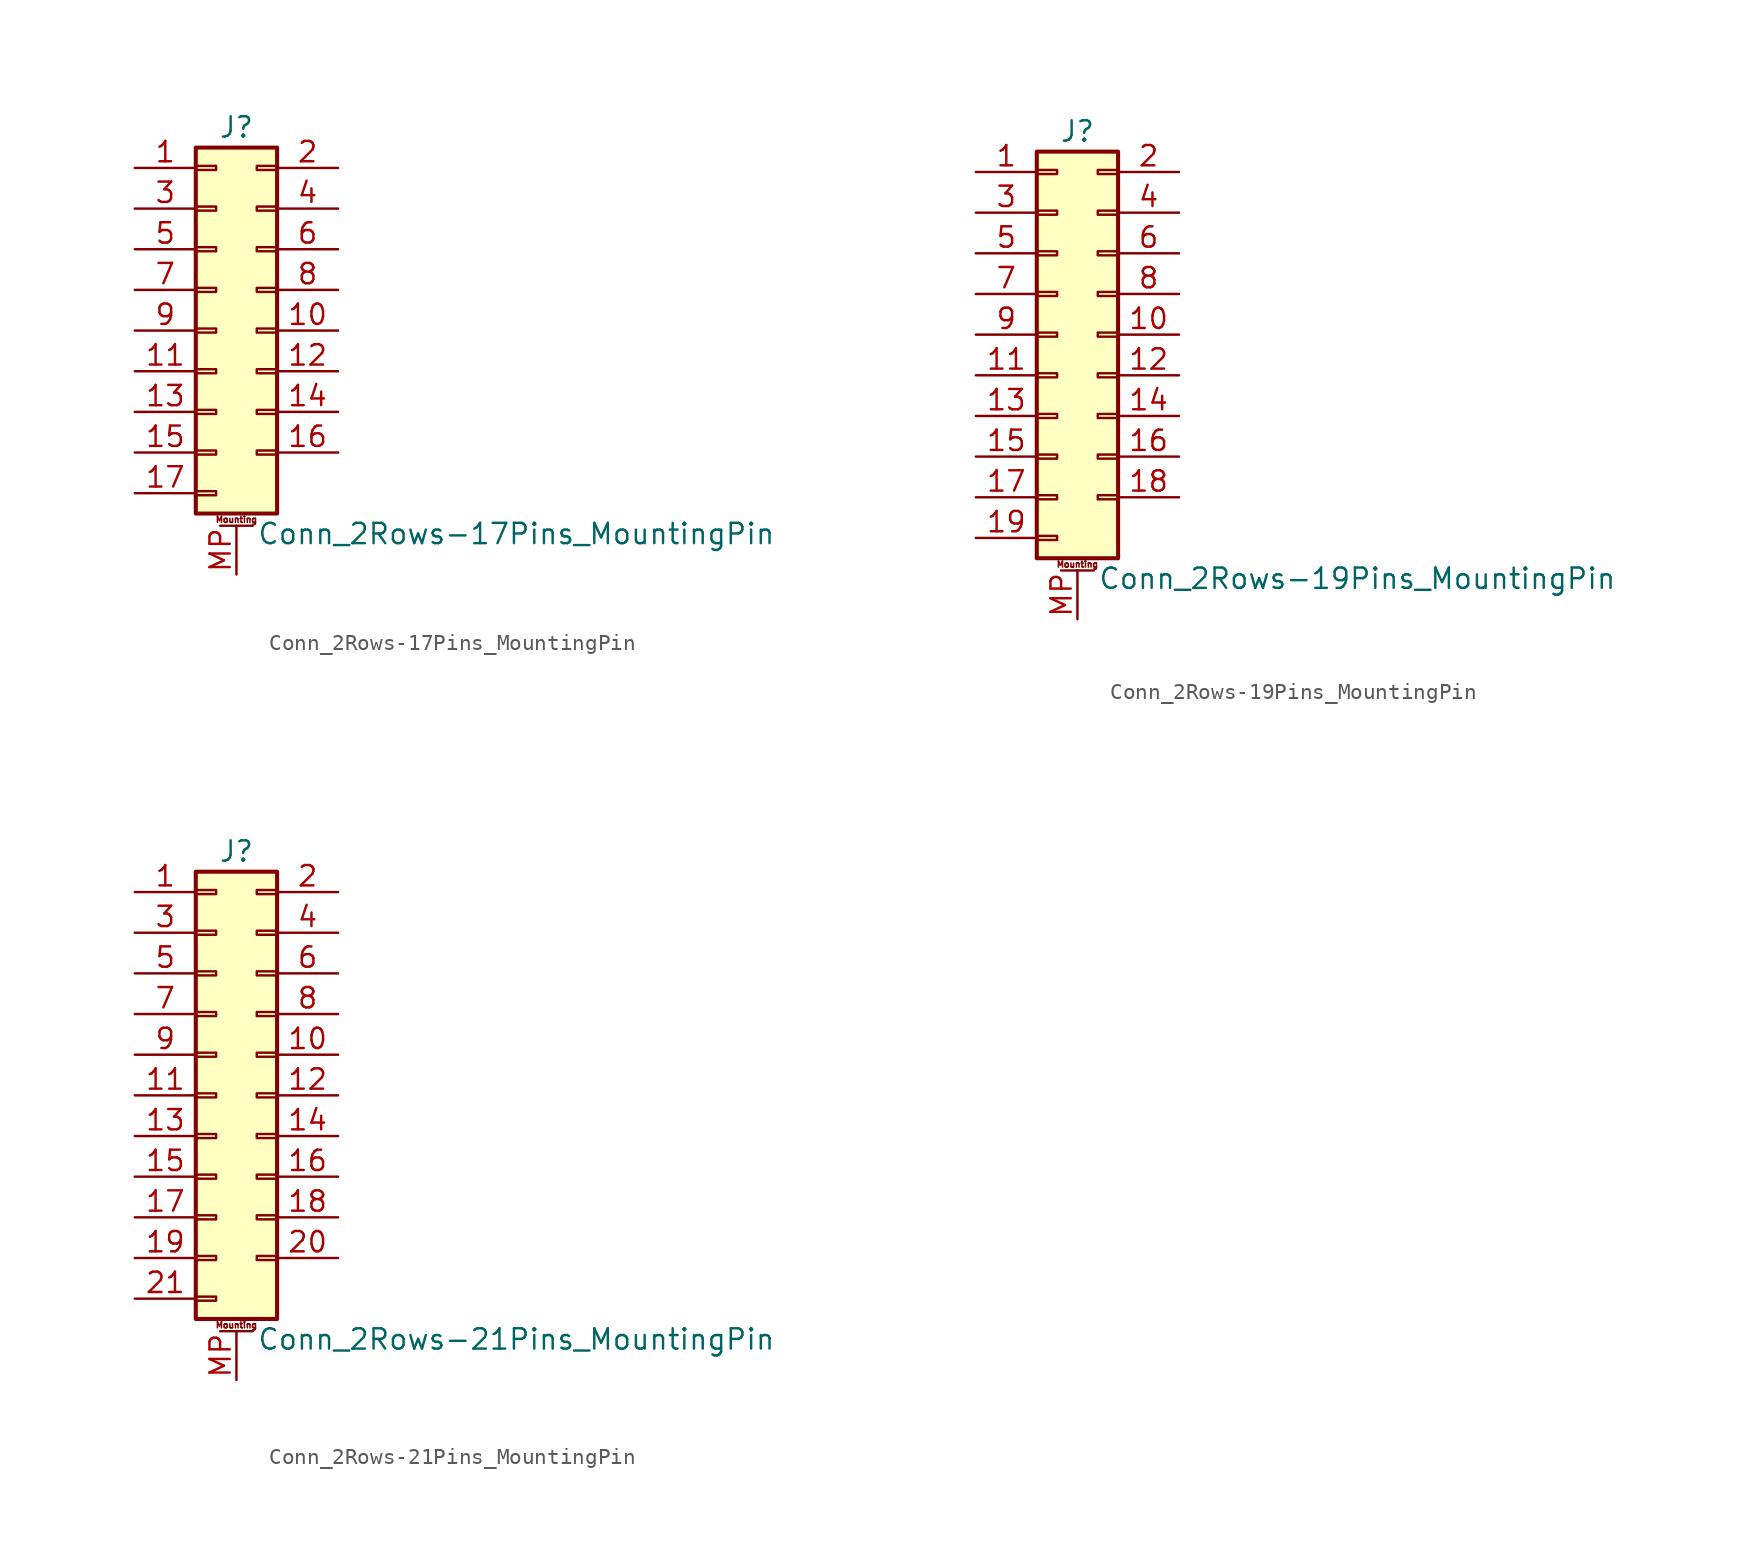
<source format=kicad_sym>
(kicad_symbol_lib
  (version 20201005)
  (generator kicad_symbol_editor)
  (symbol "Conn_2Rows-17Pins_MountingPin"
    (pin_names
      (offset 1.016) hide)
    (property "Reference" "J"
      (at 1.27 12.7 0)
      (effects (font (size 1.27 1.27))))
    (property "Value" "Conn_2Rows-17Pins_MountingPin"
      (at 2.54 -12.7 0)
      (effects (font (size 1.27 1.27)) (justify left)))
    (symbol "Conn_2Rows-17Pins_MountingPin_1_1"
      (text "Mounting" (at 1.27 -11.811 0) (effects (font (size 0.381 0.381))))
      (rectangle (start -1.27 -10.033) (end 0 -10.287) (stroke (width 0.152)) (fill (type none)))
      (rectangle (start -1.27 -7.493) (end 0 -7.747) (stroke (width 0.152)) (fill (type none)))
      (rectangle (start -1.27 -4.953) (end 0 -5.207) (stroke (width 0.152)) (fill (type none)))
      (rectangle (start -1.27 -2.413) (end 0 -2.667) (stroke (width 0.152)) (fill (type none)))
      (rectangle (start -1.27 0.127) (end 0 -0.127) (stroke (width 0.152)) (fill (type none)))
      (rectangle (start -1.27 2.667) (end 0 2.413) (stroke (width 0.152)) (fill (type none)))
      (rectangle (start -1.27 5.207) (end 0 4.953) (stroke (width 0.152)) (fill (type none)))
      (rectangle (start -1.27 7.747) (end 0 7.493) (stroke (width 0.152)) (fill (type none)))
      (rectangle (start -1.27 10.287) (end 0 10.033) (stroke (width 0.152)) (fill (type none)))
      (rectangle (start 3.81 -7.493) (end 2.54 -7.747) (stroke (width 0.152)) (fill (type none)))
      (rectangle (start 3.81 -4.953) (end 2.54 -5.207) (stroke (width 0.152)) (fill (type none)))
      (rectangle (start 3.81 -2.413) (end 2.54 -2.667) (stroke (width 0.152)) (fill (type none)))
      (rectangle (start 3.81 0.127) (end 2.54 -0.127) (stroke (width 0.152)) (fill (type none)))
      (rectangle (start 3.81 2.667) (end 2.54 2.413) (stroke (width 0.152)) (fill (type none)))
      (rectangle (start 3.81 5.207) (end 2.54 4.953) (stroke (width 0.152)) (fill (type none)))
      (rectangle (start 3.81 7.747) (end 2.54 7.493) (stroke (width 0.152)) (fill (type none)))
      (rectangle (start 3.81 10.287) (end 2.54 10.033) (stroke (width 0.152)) (fill (type none)))
      (rectangle (start -1.27 11.43) (end 3.81 -11.43) (stroke (width 0.254)) (fill (type background)))
      (polyline (pts (xy 0.254 -12.192) (xy 2.286 -12.192)) (stroke (width 0.152)) (fill (type none)))
      (pin passive line (at -5.08 10.16 0) (length 3.81) (name "Pin_1" (effects (font (size 1.27 1.27)))) (number "1" (effects (font (size 1.27 1.27)))))
      (pin passive line (at 7.62 0 180) (length 3.81) (name "Pin_10" (effects (font (size 1.27 1.27)))) (number "10" (effects (font (size 1.27 1.27)))))
      (pin passive line (at -5.08 -2.54 0) (length 3.81) (name "Pin_11" (effects (font (size 1.27 1.27)))) (number "11" (effects (font (size 1.27 1.27)))))
      (pin passive line (at 7.62 -2.54 180) (length 3.81) (name "Pin_12" (effects (font (size 1.27 1.27)))) (number "12" (effects (font (size 1.27 1.27)))))
      (pin passive line (at -5.08 -5.08 0) (length 3.81) (name "Pin_13" (effects (font (size 1.27 1.27)))) (number "13" (effects (font (size 1.27 1.27)))))
      (pin passive line (at 7.62 -5.08 180) (length 3.81) (name "Pin_14" (effects (font (size 1.27 1.27)))) (number "14" (effects (font (size 1.27 1.27)))))
      (pin passive line (at -5.08 -7.62 0) (length 3.81) (name "Pin_15" (effects (font (size 1.27 1.27)))) (number "15" (effects (font (size 1.27 1.27)))))
      (pin passive line (at 7.62 -7.62 180) (length 3.81) (name "Pin_16" (effects (font (size 1.27 1.27)))) (number "16" (effects (font (size 1.27 1.27)))))
      (pin passive line (at -5.08 -10.16 0) (length 3.81) (name "Pin_17" (effects (font (size 1.27 1.27)))) (number "17" (effects (font (size 1.27 1.27)))))
      (pin passive line (at 7.62 10.16 180) (length 3.81) (name "Pin_2" (effects (font (size 1.27 1.27)))) (number "2" (effects (font (size 1.27 1.27)))))
      (pin passive line (at -5.08 7.62 0) (length 3.81) (name "Pin_3" (effects (font (size 1.27 1.27)))) (number "3" (effects (font (size 1.27 1.27)))))
      (pin passive line (at 7.62 7.62 180) (length 3.81) (name "Pin_4" (effects (font (size 1.27 1.27)))) (number "4" (effects (font (size 1.27 1.27)))))
      (pin passive line (at -5.08 5.08 0) (length 3.81) (name "Pin_5" (effects (font (size 1.27 1.27)))) (number "5" (effects (font (size 1.27 1.27)))))
      (pin passive line (at 7.62 5.08 180) (length 3.81) (name "Pin_6" (effects (font (size 1.27 1.27)))) (number "6" (effects (font (size 1.27 1.27)))))
      (pin passive line (at -5.08 2.54 0) (length 3.81) (name "Pin_7" (effects (font (size 1.27 1.27)))) (number "7" (effects (font (size 1.27 1.27)))))
      (pin passive line (at 7.62 2.54 180) (length 3.81) (name "Pin_8" (effects (font (size 1.27 1.27)))) (number "8" (effects (font (size 1.27 1.27)))))
      (pin passive line (at -5.08 0 0) (length 3.81) (name "Pin_9" (effects (font (size 1.27 1.27)))) (number "9" (effects (font (size 1.27 1.27)))))
      (pin passive line (at 1.27 -15.24 90) (length 3.048) (name "MountPin" (effects (font (size 1.27 1.27)))) (number "MP" (effects (font (size 1.27 1.27)))))))
  (symbol "Conn_2Rows-19Pins_MountingPin"
    (pin_names
      (offset 1.016) hide)
    (property "Reference" "J"
      (at 1.27 12.7 0)
      (effects (font (size 1.27 1.27))))
    (property "Value" "Conn_2Rows-19Pins_MountingPin"
      (at 2.54 -15.24 0)
      (effects (font (size 1.27 1.27)) (justify left)))
    (symbol "Conn_2Rows-19Pins_MountingPin_1_1"
      (text "Mounting" (at 1.27 -14.351 0) (effects (font (size 0.381 0.381))))
      (rectangle (start -1.27 -12.573) (end 0 -12.827) (stroke (width 0.152)) (fill (type none)))
      (rectangle (start -1.27 -10.033) (end 0 -10.287) (stroke (width 0.152)) (fill (type none)))
      (rectangle (start -1.27 -7.493) (end 0 -7.747) (stroke (width 0.152)) (fill (type none)))
      (rectangle (start -1.27 -4.953) (end 0 -5.207) (stroke (width 0.152)) (fill (type none)))
      (rectangle (start -1.27 -2.413) (end 0 -2.667) (stroke (width 0.152)) (fill (type none)))
      (rectangle (start -1.27 0.127) (end 0 -0.127) (stroke (width 0.152)) (fill (type none)))
      (rectangle (start -1.27 2.667) (end 0 2.413) (stroke (width 0.152)) (fill (type none)))
      (rectangle (start -1.27 5.207) (end 0 4.953) (stroke (width 0.152)) (fill (type none)))
      (rectangle (start -1.27 7.747) (end 0 7.493) (stroke (width 0.152)) (fill (type none)))
      (rectangle (start -1.27 10.287) (end 0 10.033) (stroke (width 0.152)) (fill (type none)))
      (rectangle (start 3.81 -10.033) (end 2.54 -10.287) (stroke (width 0.152)) (fill (type none)))
      (rectangle (start 3.81 -7.493) (end 2.54 -7.747) (stroke (width 0.152)) (fill (type none)))
      (rectangle (start 3.81 -4.953) (end 2.54 -5.207) (stroke (width 0.152)) (fill (type none)))
      (rectangle (start 3.81 -2.413) (end 2.54 -2.667) (stroke (width 0.152)) (fill (type none)))
      (rectangle (start 3.81 0.127) (end 2.54 -0.127) (stroke (width 0.152)) (fill (type none)))
      (rectangle (start 3.81 2.667) (end 2.54 2.413) (stroke (width 0.152)) (fill (type none)))
      (rectangle (start 3.81 5.207) (end 2.54 4.953) (stroke (width 0.152)) (fill (type none)))
      (rectangle (start 3.81 7.747) (end 2.54 7.493) (stroke (width 0.152)) (fill (type none)))
      (rectangle (start 3.81 10.287) (end 2.54 10.033) (stroke (width 0.152)) (fill (type none)))
      (rectangle (start -1.27 11.43) (end 3.81 -13.97) (stroke (width 0.254)) (fill (type background)))
      (polyline (pts (xy 0.254 -14.732) (xy 2.286 -14.732)) (stroke (width 0.152)) (fill (type none)))
      (pin passive line (at -5.08 10.16 0) (length 3.81) (name "Pin_1" (effects (font (size 1.27 1.27)))) (number "1" (effects (font (size 1.27 1.27)))))
      (pin passive line (at 7.62 0 180) (length 3.81) (name "Pin_10" (effects (font (size 1.27 1.27)))) (number "10" (effects (font (size 1.27 1.27)))))
      (pin passive line (at -5.08 -2.54 0) (length 3.81) (name "Pin_11" (effects (font (size 1.27 1.27)))) (number "11" (effects (font (size 1.27 1.27)))))
      (pin passive line (at 7.62 -2.54 180) (length 3.81) (name "Pin_12" (effects (font (size 1.27 1.27)))) (number "12" (effects (font (size 1.27 1.27)))))
      (pin passive line (at -5.08 -5.08 0) (length 3.81) (name "Pin_13" (effects (font (size 1.27 1.27)))) (number "13" (effects (font (size 1.27 1.27)))))
      (pin passive line (at 7.62 -5.08 180) (length 3.81) (name "Pin_14" (effects (font (size 1.27 1.27)))) (number "14" (effects (font (size 1.27 1.27)))))
      (pin passive line (at -5.08 -7.62 0) (length 3.81) (name "Pin_15" (effects (font (size 1.27 1.27)))) (number "15" (effects (font (size 1.27 1.27)))))
      (pin passive line (at 7.62 -7.62 180) (length 3.81) (name "Pin_16" (effects (font (size 1.27 1.27)))) (number "16" (effects (font (size 1.27 1.27)))))
      (pin passive line (at -5.08 -10.16 0) (length 3.81) (name "Pin_17" (effects (font (size 1.27 1.27)))) (number "17" (effects (font (size 1.27 1.27)))))
      (pin passive line (at 7.62 -10.16 180) (length 3.81) (name "Pin_18" (effects (font (size 1.27 1.27)))) (number "18" (effects (font (size 1.27 1.27)))))
      (pin passive line (at -5.08 -12.7 0) (length 3.81) (name "Pin_19" (effects (font (size 1.27 1.27)))) (number "19" (effects (font (size 1.27 1.27)))))
      (pin passive line (at 7.62 10.16 180) (length 3.81) (name "Pin_2" (effects (font (size 1.27 1.27)))) (number "2" (effects (font (size 1.27 1.27)))))
      (pin passive line (at -5.08 7.62 0) (length 3.81) (name "Pin_3" (effects (font (size 1.27 1.27)))) (number "3" (effects (font (size 1.27 1.27)))))
      (pin passive line (at 7.62 7.62 180) (length 3.81) (name "Pin_4" (effects (font (size 1.27 1.27)))) (number "4" (effects (font (size 1.27 1.27)))))
      (pin passive line (at -5.08 5.08 0) (length 3.81) (name "Pin_5" (effects (font (size 1.27 1.27)))) (number "5" (effects (font (size 1.27 1.27)))))
      (pin passive line (at 7.62 5.08 180) (length 3.81) (name "Pin_6" (effects (font (size 1.27 1.27)))) (number "6" (effects (font (size 1.27 1.27)))))
      (pin passive line (at -5.08 2.54 0) (length 3.81) (name "Pin_7" (effects (font (size 1.27 1.27)))) (number "7" (effects (font (size 1.27 1.27)))))
      (pin passive line (at 7.62 2.54 180) (length 3.81) (name "Pin_8" (effects (font (size 1.27 1.27)))) (number "8" (effects (font (size 1.27 1.27)))))
      (pin passive line (at -5.08 0 0) (length 3.81) (name "Pin_9" (effects (font (size 1.27 1.27)))) (number "9" (effects (font (size 1.27 1.27)))))
      (pin passive line (at 1.27 -17.78 90) (length 3.048) (name "MountPin" (effects (font (size 1.27 1.27)))) (number "MP" (effects (font (size 1.27 1.27)))))))
  (symbol "Conn_2Rows-21Pins_MountingPin"
    (pin_names
      (offset 1.016) hide)
    (property "Reference" "J"
      (at 1.27 15.24 0)
      (effects (font (size 1.27 1.27))))
    (property "Value" "Conn_2Rows-21Pins_MountingPin"
      (at 2.54 -15.24 0)
      (effects (font (size 1.27 1.27)) (justify left)))
    (symbol "Conn_2Rows-21Pins_MountingPin_1_1"
      (text "Mounting" (at 1.27 -14.351 0) (effects (font (size 0.381 0.381))))
      (rectangle (start -1.27 -12.573) (end 0 -12.827) (stroke (width 0.152)) (fill (type none)))
      (rectangle (start -1.27 -10.033) (end 0 -10.287) (stroke (width 0.152)) (fill (type none)))
      (rectangle (start -1.27 -7.493) (end 0 -7.747) (stroke (width 0.152)) (fill (type none)))
      (rectangle (start -1.27 -4.953) (end 0 -5.207) (stroke (width 0.152)) (fill (type none)))
      (rectangle (start -1.27 -2.413) (end 0 -2.667) (stroke (width 0.152)) (fill (type none)))
      (rectangle (start -1.27 0.127) (end 0 -0.127) (stroke (width 0.152)) (fill (type none)))
      (rectangle (start -1.27 2.667) (end 0 2.413) (stroke (width 0.152)) (fill (type none)))
      (rectangle (start -1.27 5.207) (end 0 4.953) (stroke (width 0.152)) (fill (type none)))
      (rectangle (start -1.27 7.747) (end 0 7.493) (stroke (width 0.152)) (fill (type none)))
      (rectangle (start -1.27 10.287) (end 0 10.033) (stroke (width 0.152)) (fill (type none)))
      (rectangle (start -1.27 12.827) (end 0 12.573) (stroke (width 0.152)) (fill (type none)))
      (rectangle (start 3.81 -10.033) (end 2.54 -10.287) (stroke (width 0.152)) (fill (type none)))
      (rectangle (start 3.81 -7.493) (end 2.54 -7.747) (stroke (width 0.152)) (fill (type none)))
      (rectangle (start 3.81 -4.953) (end 2.54 -5.207) (stroke (width 0.152)) (fill (type none)))
      (rectangle (start 3.81 -2.413) (end 2.54 -2.667) (stroke (width 0.152)) (fill (type none)))
      (rectangle (start 3.81 0.127) (end 2.54 -0.127) (stroke (width 0.152)) (fill (type none)))
      (rectangle (start 3.81 2.667) (end 2.54 2.413) (stroke (width 0.152)) (fill (type none)))
      (rectangle (start 3.81 5.207) (end 2.54 4.953) (stroke (width 0.152)) (fill (type none)))
      (rectangle (start 3.81 7.747) (end 2.54 7.493) (stroke (width 0.152)) (fill (type none)))
      (rectangle (start 3.81 10.287) (end 2.54 10.033) (stroke (width 0.152)) (fill (type none)))
      (rectangle (start 3.81 12.827) (end 2.54 12.573) (stroke (width 0.152)) (fill (type none)))
      (rectangle (start -1.27 13.97) (end 3.81 -13.97) (stroke (width 0.254)) (fill (type background)))
      (polyline (pts (xy 0.254 -14.732) (xy 2.286 -14.732)) (stroke (width 0.152)) (fill (type none)))
      (pin passive line (at -5.08 12.7 0) (length 3.81) (name "Pin_1" (effects (font (size 1.27 1.27)))) (number "1" (effects (font (size 1.27 1.27)))))
      (pin passive line (at 7.62 2.54 180) (length 3.81) (name "Pin_10" (effects (font (size 1.27 1.27)))) (number "10" (effects (font (size 1.27 1.27)))))
      (pin passive line (at -5.08 0 0) (length 3.81) (name "Pin_11" (effects (font (size 1.27 1.27)))) (number "11" (effects (font (size 1.27 1.27)))))
      (pin passive line (at 7.62 0 180) (length 3.81) (name "Pin_12" (effects (font (size 1.27 1.27)))) (number "12" (effects (font (size 1.27 1.27)))))
      (pin passive line (at -5.08 -2.54 0) (length 3.81) (name "Pin_13" (effects (font (size 1.27 1.27)))) (number "13" (effects (font (size 1.27 1.27)))))
      (pin passive line (at 7.62 -2.54 180) (length 3.81) (name "Pin_14" (effects (font (size 1.27 1.27)))) (number "14" (effects (font (size 1.27 1.27)))))
      (pin passive line (at -5.08 -5.08 0) (length 3.81) (name "Pin_15" (effects (font (size 1.27 1.27)))) (number "15" (effects (font (size 1.27 1.27)))))
      (pin passive line (at 7.62 -5.08 180) (length 3.81) (name "Pin_16" (effects (font (size 1.27 1.27)))) (number "16" (effects (font (size 1.27 1.27)))))
      (pin passive line (at -5.08 -7.62 0) (length 3.81) (name "Pin_17" (effects (font (size 1.27 1.27)))) (number "17" (effects (font (size 1.27 1.27)))))
      (pin passive line (at 7.62 -7.62 180) (length 3.81) (name "Pin_18" (effects (font (size 1.27 1.27)))) (number "18" (effects (font (size 1.27 1.27)))))
      (pin passive line (at -5.08 -10.16 0) (length 3.81) (name "Pin_19" (effects (font (size 1.27 1.27)))) (number "19" (effects (font (size 1.27 1.27)))))
      (pin passive line (at 7.62 12.7 180) (length 3.81) (name "Pin_2" (effects (font (size 1.27 1.27)))) (number "2" (effects (font (size 1.27 1.27)))))
      (pin passive line (at 7.62 -10.16 180) (length 3.81) (name "Pin_20" (effects (font (size 1.27 1.27)))) (number "20" (effects (font (size 1.27 1.27)))))
      (pin passive line (at -5.08 -12.7 0) (length 3.81) (name "Pin_21" (effects (font (size 1.27 1.27)))) (number "21" (effects (font (size 1.27 1.27)))))
      (pin passive line (at -5.08 10.16 0) (length 3.81) (name "Pin_3" (effects (font (size 1.27 1.27)))) (number "3" (effects (font (size 1.27 1.27)))))
      (pin passive line (at 7.62 10.16 180) (length 3.81) (name "Pin_4" (effects (font (size 1.27 1.27)))) (number "4" (effects (font (size 1.27 1.27)))))
      (pin passive line (at -5.08 7.62 0) (length 3.81) (name "Pin_5" (effects (font (size 1.27 1.27)))) (number "5" (effects (font (size 1.27 1.27)))))
      (pin passive line (at 7.62 7.62 180) (length 3.81) (name "Pin_6" (effects (font (size 1.27 1.27)))) (number "6" (effects (font (size 1.27 1.27)))))
      (pin passive line (at -5.08 5.08 0) (length 3.81) (name "Pin_7" (effects (font (size 1.27 1.27)))) (number "7" (effects (font (size 1.27 1.27)))))
      (pin passive line (at 7.62 5.08 180) (length 3.81) (name "Pin_8" (effects (font (size 1.27 1.27)))) (number "8" (effects (font (size 1.27 1.27)))))
      (pin passive line (at -5.08 2.54 0) (length 3.81) (name "Pin_9" (effects (font (size 1.27 1.27)))) (number "9" (effects (font (size 1.27 1.27)))))
      (pin passive line (at 1.27 -17.78 90) (length 3.048) (name "MountPin" (effects (font (size 1.27 1.27)))) (number "MP" (effects (font (size 1.27 1.27))))))))
</source>
